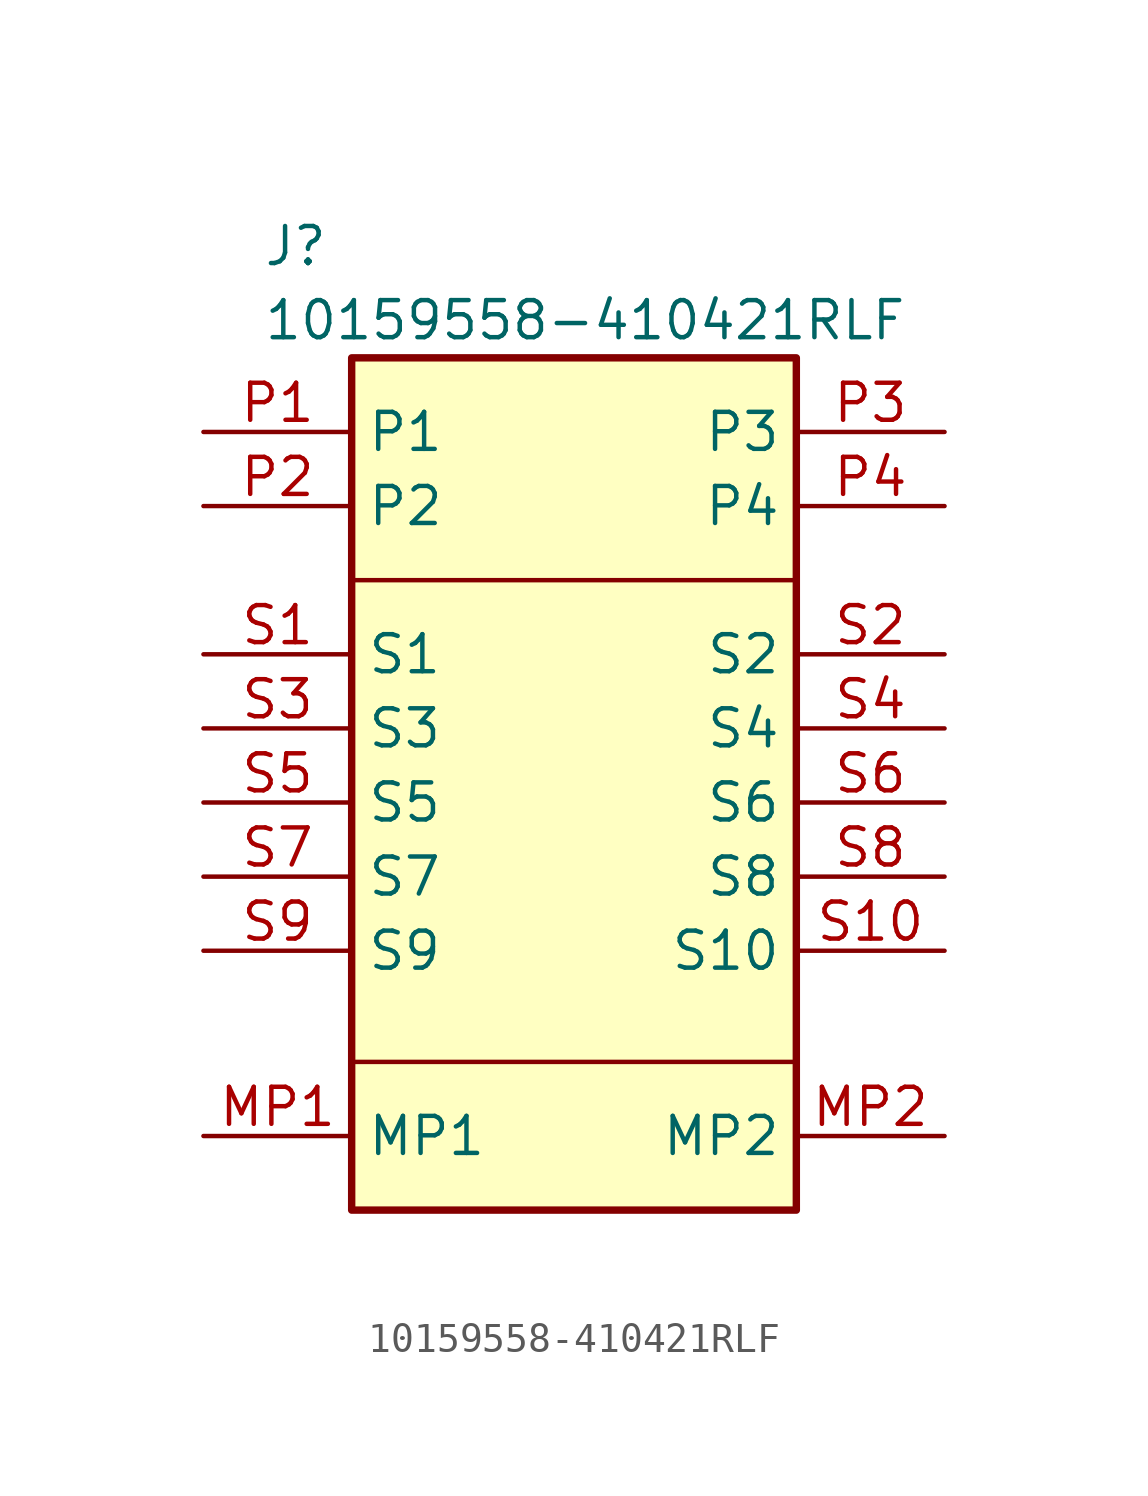
<source format=kicad_sym>
(kicad_symbol_lib
  (version 20231120)
  (generator "kicad_symbol_editor")
  (generator_version "8.0")
  (symbol "10159558-410421RLF"
    (property "Reference" "J"
      (at 2.032 13.462 0)
      (effects (font (size 1.27 1.27)) (justify left top)))
    (property "Value" "10159558-410421RLF"
      (at 2.032 10.922 0)
      (effects (font (size 1.27 1.27)) (justify left top)))
    (symbol "10159558-410421RLF_0_1"
      (polyline (pts (xy 5.08 -15.24) (xy 20.32 -15.24)) (stroke (width 0) (type default)) (fill (type none)))
      (polyline (pts (xy 5.08 1.27) (xy 20.32 1.27)) (stroke (width 0) (type default)) (fill (type none))))
    (symbol "10159558-410421RLF_1_1"
      (rectangle (start 5.08 8.89) (end 20.32 -20.32) (stroke (width 0.254) (type default)) (fill (type background)))
      (pin passive line (at 0 -17.78 0) (length 5.08) (name "MP1" (effects (font (size 1.27 1.27)))) (number "MP1" (effects (font (size 1.27 1.27)))))
      (pin passive line (at 25.4 -17.78 180) (length 5.08) (name "MP2" (effects (font (size 1.27 1.27)))) (number "MP2" (effects (font (size 1.27 1.27)))))
      (pin passive line (at 0 6.35 0) (length 5.08) (name "P1" (effects (font (size 1.27 1.27)))) (number "P1" (effects (font (size 1.27 1.27)))))
      (pin passive line (at 0 3.81 0) (length 5.08) (name "P2" (effects (font (size 1.27 1.27)))) (number "P2" (effects (font (size 1.27 1.27)))))
      (pin passive line (at 25.4 6.35 180) (length 5.08) (name "P3" (effects (font (size 1.27 1.27)))) (number "P3" (effects (font (size 1.27 1.27)))))
      (pin passive line (at 25.4 3.81 180) (length 5.08) (name "P4" (effects (font (size 1.27 1.27)))) (number "P4" (effects (font (size 1.27 1.27)))))
      (pin passive line (at 0 -1.27 0) (length 5.08) (name "S1" (effects (font (size 1.27 1.27)))) (number "S1" (effects (font (size 1.27 1.27)))))
      (pin passive line (at 25.4 -11.43 180) (length 5.08) (name "S10" (effects (font (size 1.27 1.27)))) (number "S10" (effects (font (size 1.27 1.27)))))
      (pin passive line (at 25.4 -1.27 180) (length 5.08) (name "S2" (effects (font (size 1.27 1.27)))) (number "S2" (effects (font (size 1.27 1.27)))))
      (pin passive line (at 0 -3.81 0) (length 5.08) (name "S3" (effects (font (size 1.27 1.27)))) (number "S3" (effects (font (size 1.27 1.27)))))
      (pin passive line (at 25.4 -3.81 180) (length 5.08) (name "S4" (effects (font (size 1.27 1.27)))) (number "S4" (effects (font (size 1.27 1.27)))))
      (pin passive line (at 0 -6.35 0) (length 5.08) (name "S5" (effects (font (size 1.27 1.27)))) (number "S5" (effects (font (size 1.27 1.27)))))
      (pin passive line (at 25.4 -6.35 180) (length 5.08) (name "S6" (effects (font (size 1.27 1.27)))) (number "S6" (effects (font (size 1.27 1.27)))))
      (pin passive line (at 0 -8.89 0) (length 5.08) (name "S7" (effects (font (size 1.27 1.27)))) (number "S7" (effects (font (size 1.27 1.27)))))
      (pin passive line (at 25.4 -8.89 180) (length 5.08) (name "S8" (effects (font (size 1.27 1.27)))) (number "S8" (effects (font (size 1.27 1.27)))))
      (pin passive line (at 0 -11.43 0) (length 5.08) (name "S9" (effects (font (size 1.27 1.27)))) (number "S9" (effects (font (size 1.27 1.27))))))))
</source>
